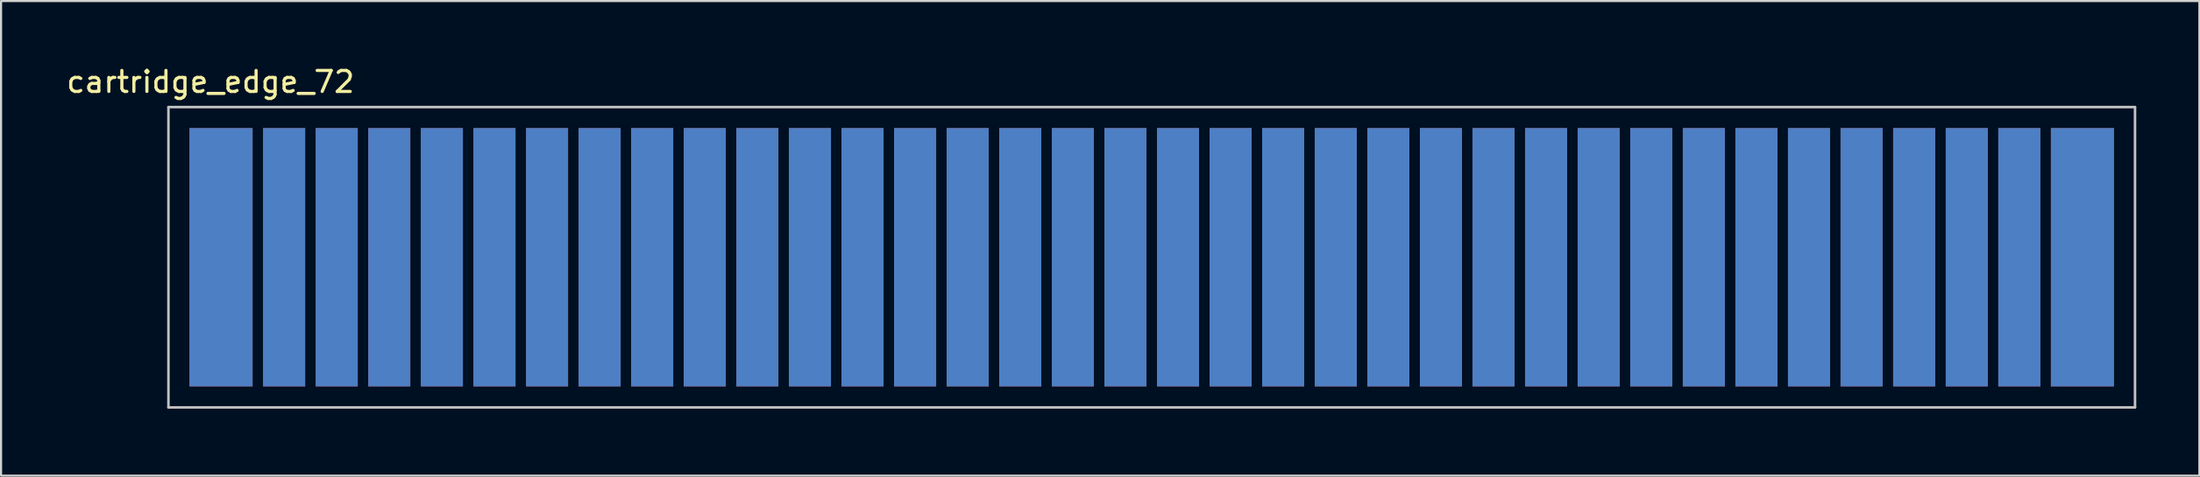
<source format=kicad_pcb>
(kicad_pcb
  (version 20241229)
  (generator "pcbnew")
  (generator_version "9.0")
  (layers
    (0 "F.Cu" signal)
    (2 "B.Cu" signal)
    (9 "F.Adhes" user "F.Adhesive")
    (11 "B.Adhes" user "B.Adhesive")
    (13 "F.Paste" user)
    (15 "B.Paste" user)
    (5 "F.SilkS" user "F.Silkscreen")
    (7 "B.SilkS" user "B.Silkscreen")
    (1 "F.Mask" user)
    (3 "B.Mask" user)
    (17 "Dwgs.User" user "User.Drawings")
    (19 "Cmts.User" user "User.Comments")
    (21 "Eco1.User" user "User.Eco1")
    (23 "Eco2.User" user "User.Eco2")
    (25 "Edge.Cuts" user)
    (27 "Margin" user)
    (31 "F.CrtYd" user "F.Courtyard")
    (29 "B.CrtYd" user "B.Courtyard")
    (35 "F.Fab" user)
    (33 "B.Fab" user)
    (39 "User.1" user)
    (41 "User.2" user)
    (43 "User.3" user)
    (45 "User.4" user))
  (footprint "cartridge_edge_72"
    (layer "F.Cu")
    (at 4.958 16.348)
    (property "Reference" "cartridge_edge_72" (at 2 -15.5 0) (layer "F.SilkS") (effects (font (size 1 1) (thickness 0.15))))
    (attr through_hole)
    (fp_poly (pts (xy 93.5 0) (xy 0 0) (xy 0 -11.3) (xy 93.5 -11.3)) (stroke (width 0.1) (type solid)) (fill yes) (layer "F.Mask"))
    (fp_poly (pts (xy 93.5 0) (xy 0 0) (xy 0 -11.3) (xy 93.5 -11.3)) (stroke (width 0.1) (type solid)) (fill yes) (layer "B.Mask"))
    (fp_line (start 0 -14.3) (end 0 0) (stroke (width 0.12) (type solid)) (layer "Dwgs.User"))
    (fp_line (start 0 0) (end 93.5 0) (stroke (width 0.12) (type solid)) (layer "Dwgs.User"))
    (fp_line (start 93.5 -14.3) (end 0 -14.3) (stroke (width 0.12) (type solid)) (layer "Dwgs.User"))
    (fp_line (start 93.5 0) (end 93.5 -14.3) (stroke (width 0.12) (type solid)) (layer "Dwgs.User"))
    (pad "1" smd rect (at 91 -7.15) (size 3 12.3) (layers "F.Cu"))
    (pad "2" smd rect (at 88 -7.15 180) (size 2 12.3) (layers "F.Cu"))
    (pad "3" smd rect (at 85.5 -7.15 180) (size 2 12.3) (layers "F.Cu"))
    (pad "4" smd rect (at 83 -7.15 180) (size 2 12.3) (layers "F.Cu"))
    (pad "5" smd rect (at 80.5 -7.15 180) (size 2 12.3) (layers "F.Cu"))
    (pad "6" smd rect (at 78 -7.15 180) (size 2 12.3) (layers "F.Cu"))
    (pad "7" smd rect (at 75.5 -7.15 180) (size 2 12.3) (layers "F.Cu"))
    (pad "8" smd rect (at 73 -7.15 180) (size 2 12.3) (layers "F.Cu"))
    (pad "9" smd rect (at 70.5 -7.15 180) (size 2 12.3) (layers "F.Cu"))
    (pad "10" smd rect (at 68 -7.15 180) (size 2 12.3) (layers "F.Cu"))
    (pad "11" smd rect (at 65.5 -7.15 180) (size 2 12.3) (layers "F.Cu"))
    (pad "12" smd rect (at 63 -7.15 180) (size 2 12.3) (layers "F.Cu"))
    (pad "13" smd rect (at 60.5 -7.15 180) (size 2 12.3) (layers "F.Cu"))
    (pad "14" smd rect (at 58 -7.15 180) (size 2 12.3) (layers "F.Cu"))
    (pad "15" smd rect (at 55.5 -7.15 180) (size 2 12.3) (layers "F.Cu"))
    (pad "16" smd rect (at 53 -7.15 180) (size 2 12.3) (layers "F.Cu"))
    (pad "17" smd rect (at 50.5 -7.15 180) (size 2 12.3) (layers "F.Cu"))
    (pad "18" smd rect (at 48 -7.15 180) (size 2 12.3) (layers "F.Cu"))
    (pad "19" smd rect (at 45.5 -7.15 180) (size 2 12.3) (layers "F.Cu"))
    (pad "20" smd rect (at 43 -7.15 180) (size 2 12.3) (layers "F.Cu"))
    (pad "21" smd rect (at 40.5 -7.15 180) (size 2 12.3) (layers "F.Cu"))
    (pad "22" smd rect (at 38 -7.15 180) (size 2 12.3) (layers "F.Cu"))
    (pad "23" smd rect (at 35.5 -7.15 180) (size 2 12.3) (layers "F.Cu"))
    (pad "24" smd rect (at 33 -7.15 180) (size 2 12.3) (layers "F.Cu"))
    (pad "25" smd rect (at 30.5 -7.15 180) (size 2 12.3) (layers "F.Cu"))
    (pad "26" smd rect (at 28 -7.15 180) (size 2 12.3) (layers "F.Cu"))
    (pad "27" smd rect (at 25.5 -7.15 180) (size 2 12.3) (layers "F.Cu"))
    (pad "28" smd rect (at 23 -7.15 180) (size 2 12.3) (layers "F.Cu"))
    (pad "29" smd rect (at 20.5 -7.15 180) (size 2 12.3) (layers "F.Cu"))
    (pad "30" smd rect (at 18 -7.15 180) (size 2 12.3) (layers "F.Cu"))
    (pad "31" smd rect (at 15.5 -7.15 180) (size 2 12.3) (layers "F.Cu"))
    (pad "32" smd rect (at 13 -7.15 180) (size 2 12.3) (layers "F.Cu"))
    (pad "33" smd rect (at 10.5 -7.15 180) (size 2 12.3) (layers "F.Cu"))
    (pad "34" smd rect (at 8 -7.15 180) (size 2 12.3) (layers "F.Cu"))
    (pad "35" smd rect (at 5.5 -7.15 180) (size 2 12.3) (layers "F.Cu"))
    (pad "36" smd rect (at 2.5 -7.15) (size 3 12.3) (layers "F.Cu"))
    (pad "37" smd rect (at 91 -7.15) (size 3 12.3) (layers "B.Cu"))
    (pad "38" smd rect (at 88 -7.15) (size 2 12.3) (layers "B.Cu"))
    (pad "39" smd rect (at 85.5 -7.15) (size 2 12.3) (layers "B.Cu"))
    (pad "40" smd rect (at 83 -7.15) (size 2 12.3) (layers "B.Cu"))
    (pad "41" smd rect (at 80.5 -7.15) (size 2 12.3) (layers "B.Cu"))
    (pad "42" smd rect (at 78 -7.15) (size 2 12.3) (layers "B.Cu"))
    (pad "43" smd rect (at 75.5 -7.15) (size 2 12.3) (layers "B.Cu"))
    (pad "44" smd rect (at 73 -7.15) (size 2 12.3) (layers "B.Cu"))
    (pad "45" smd rect (at 70.5 -7.15) (size 2 12.3) (layers "B.Cu"))
    (pad "46" smd rect (at 68 -7.15) (size 2 12.3) (layers "B.Cu"))
    (pad "47" smd rect (at 65.5 -7.15) (size 2 12.3) (layers "B.Cu"))
    (pad "48" smd rect (at 63 -7.15) (size 2 12.3) (layers "B.Cu"))
    (pad "49" smd rect (at 60.5 -7.15) (size 2 12.3) (layers "B.Cu"))
    (pad "50" smd rect (at 58 -7.15) (size 2 12.3) (layers "B.Cu"))
    (pad "51" smd rect (at 55.5 -7.15) (size 2 12.3) (layers "B.Cu"))
    (pad "52" smd rect (at 53 -7.15) (size 2 12.3) (layers "B.Cu"))
    (pad "53" smd rect (at 50.5 -7.15) (size 2 12.3) (layers "B.Cu"))
    (pad "54" smd rect (at 48 -7.15) (size 2 12.3) (layers "B.Cu"))
    (pad "55" smd rect (at 45.5 -7.15) (size 2 12.3) (layers "B.Cu"))
    (pad "56" smd rect (at 43 -7.15) (size 2 12.3) (layers "B.Cu"))
    (pad "57" smd rect (at 40.5 -7.15) (size 2 12.3) (layers "B.Cu"))
    (pad "58" smd rect (at 38 -7.15) (size 2 12.3) (layers "B.Cu"))
    (pad "59" smd rect (at 35.5 -7.15) (size 2 12.3) (layers "B.Cu"))
    (pad "60" smd rect (at 33 -7.15) (size 2 12.3) (layers "B.Cu"))
    (pad "61" smd rect (at 30.5 -7.15) (size 2 12.3) (layers "B.Cu"))
    (pad "62" smd rect (at 28 -7.15) (size 2 12.3) (layers "B.Cu"))
    (pad "63" smd rect (at 25.5 -7.15) (size 2 12.3) (layers "B.Cu"))
    (pad "64" smd rect (at 23 -7.15) (size 2 12.3) (layers "B.Cu"))
    (pad "65" smd rect (at 20.5 -7.15) (size 2 12.3) (layers "B.Cu"))
    (pad "66" smd rect (at 18 -7.15) (size 2 12.3) (layers "B.Cu"))
    (pad "67" smd rect (at 15.5 -7.15) (size 2 12.3) (layers "B.Cu"))
    (pad "68" smd rect (at 13 -7.15) (size 2 12.3) (layers "B.Cu"))
    (pad "69" smd rect (at 10.5 -7.15) (size 2 12.3) (layers "B.Cu"))
    (pad "70" smd rect (at 8 -7.15) (size 2 12.3) (layers "B.Cu"))
    (pad "71" smd rect (at 5.5 -7.15) (size 2 12.3) (layers "B.Cu"))
    (pad "72" smd rect (at 2.5 -7.15) (size 3 12.3) (layers "B.Cu")))
  (gr_rect
    (start -3 -3)
    (end 101.518 19.598)
    (stroke (width 0.1) (type default))
    (fill no)
    (layer "Edge.Cuts")))
</source>
